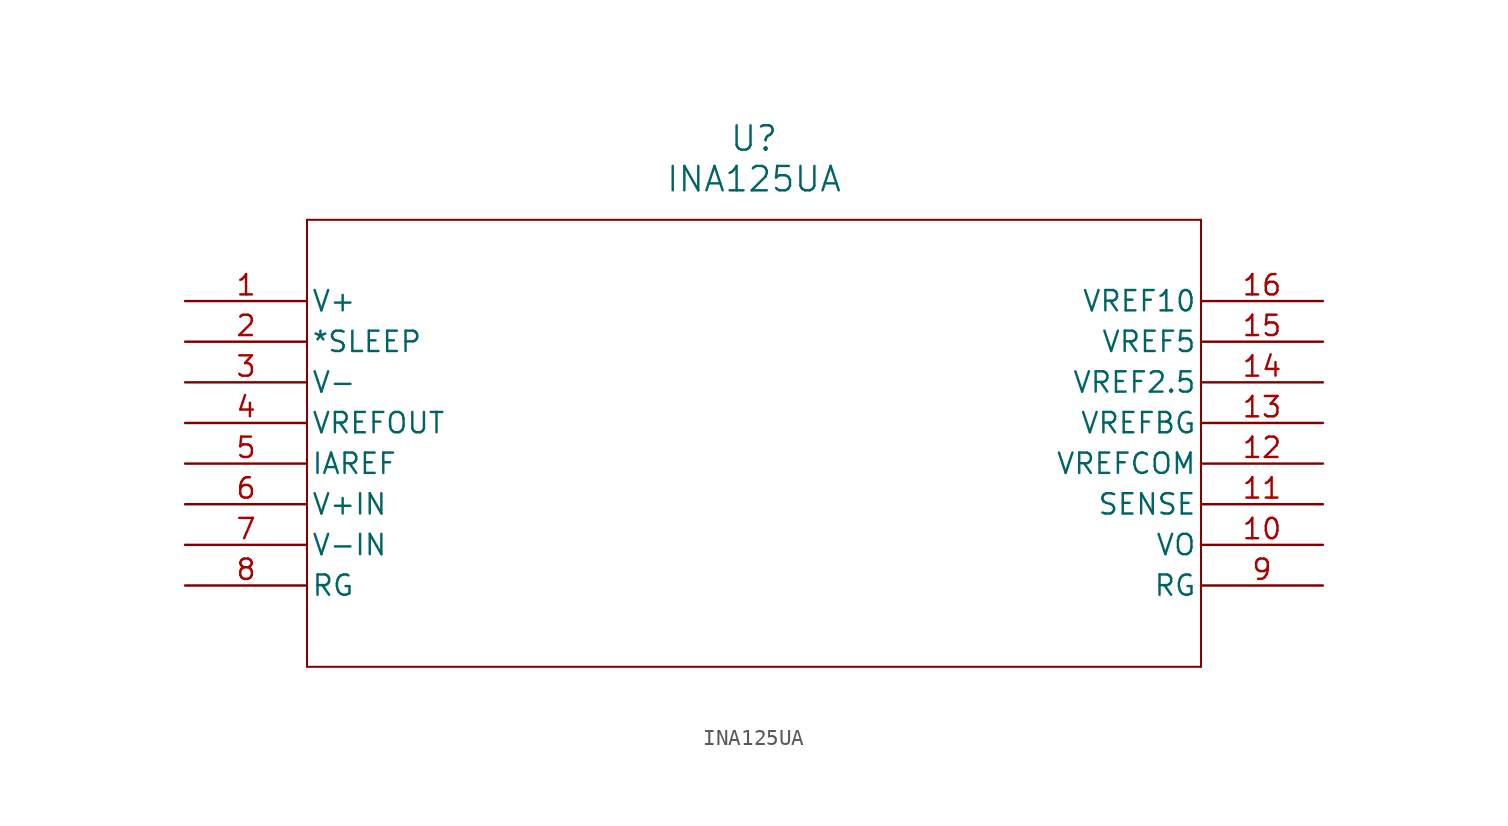
<source format=kicad_sym>
(kicad_symbol_lib
  (version 20211014)
  (generator kicad_symbol_editor)
  (symbol "INA125UA"
    (pin_names
      (offset 0.254))
    (property "Reference" "U"
      (at 35.56 10.16 0)
      (effects (font (size 1.524 1.524))))
    (property "Value" "INA125UA"
      (at 35.56 7.62 0)
      (effects (font (size 1.524 1.524))))
    (symbol "INA125UA_0_1"
      (polyline (pts (xy 7.62 5.08) (xy 7.62 -22.86)) (stroke (width 0.127) (type default) (color 0 0 0 0)) (fill (type none)))
      (polyline (pts (xy 7.62 -22.86) (xy 63.5 -22.86)) (stroke (width 0.127) (type default) (color 0 0 0 0)) (fill (type none)))
      (polyline (pts (xy 63.5 -22.86) (xy 63.5 5.08)) (stroke (width 0.127) (type default) (color 0 0 0 0)) (fill (type none)))
      (polyline (pts (xy 63.5 5.08) (xy 7.62 5.08)) (stroke (width 0.127) (type default) (color 0 0 0 0)) (fill (type none)))
      (pin power_in line (at 0 0 0) (length 7.62) (name "V+" (effects (font (size 1.27 1.27)))) (number "1" (effects (font (size 1.27 1.27)))))
      (pin unspecified line (at 0 -2.54 0) (length 7.62) (name "*SLEEP" (effects (font (size 1.27 1.27)))) (number "2" (effects (font (size 1.27 1.27)))))
      (pin power_in line (at 0 -5.08 0) (length 7.62) (name "V-" (effects (font (size 1.27 1.27)))) (number "3" (effects (font (size 1.27 1.27)))))
      (pin output line (at 0 -7.62 0) (length 7.62) (name "VREFOUT" (effects (font (size 1.27 1.27)))) (number "4" (effects (font (size 1.27 1.27)))))
      (pin unspecified line (at 0 -10.16 0) (length 7.62) (name "IAREF" (effects (font (size 1.27 1.27)))) (number "5" (effects (font (size 1.27 1.27)))))
      (pin input line (at 0 -12.7 0) (length 7.62) (name "V+IN" (effects (font (size 1.27 1.27)))) (number "6" (effects (font (size 1.27 1.27)))))
      (pin input line (at 0 -15.24 0) (length 7.62) (name "V-IN" (effects (font (size 1.27 1.27)))) (number "7" (effects (font (size 1.27 1.27)))))
      (pin unspecified line (at 0 -17.78 0) (length 7.62) (name "RG" (effects (font (size 1.27 1.27)))) (number "8" (effects (font (size 1.27 1.27)))))
      (pin unspecified line (at 71.12 -17.78 180) (length 7.62) (name "RG" (effects (font (size 1.27 1.27)))) (number "9" (effects (font (size 1.27 1.27)))))
      (pin output line (at 71.12 -15.24 180) (length 7.62) (name "VO" (effects (font (size 1.27 1.27)))) (number "10" (effects (font (size 1.27 1.27)))))
      (pin unspecified line (at 71.12 -12.7 180) (length 7.62) (name "SENSE" (effects (font (size 1.27 1.27)))) (number "11" (effects (font (size 1.27 1.27)))))
      (pin power_in line (at 71.12 -10.16 180) (length 7.62) (name "VREFCOM" (effects (font (size 1.27 1.27)))) (number "12" (effects (font (size 1.27 1.27)))))
      (pin power_in line (at 71.12 -7.62 180) (length 7.62) (name "VREFBG" (effects (font (size 1.27 1.27)))) (number "13" (effects (font (size 1.27 1.27)))))
      (pin power_in line (at 71.12 -5.08 180) (length 7.62) (name "VREF2.5" (effects (font (size 1.27 1.27)))) (number "14" (effects (font (size 1.27 1.27)))))
      (pin power_in line (at 71.12 -2.54 180) (length 7.62) (name "VREF5" (effects (font (size 1.27 1.27)))) (number "15" (effects (font (size 1.27 1.27)))))
      (pin power_in line (at 71.12 0 180) (length 7.62) (name "VREF10" (effects (font (size 1.27 1.27)))) (number "16" (effects (font (size 1.27 1.27))))))))
</source>
